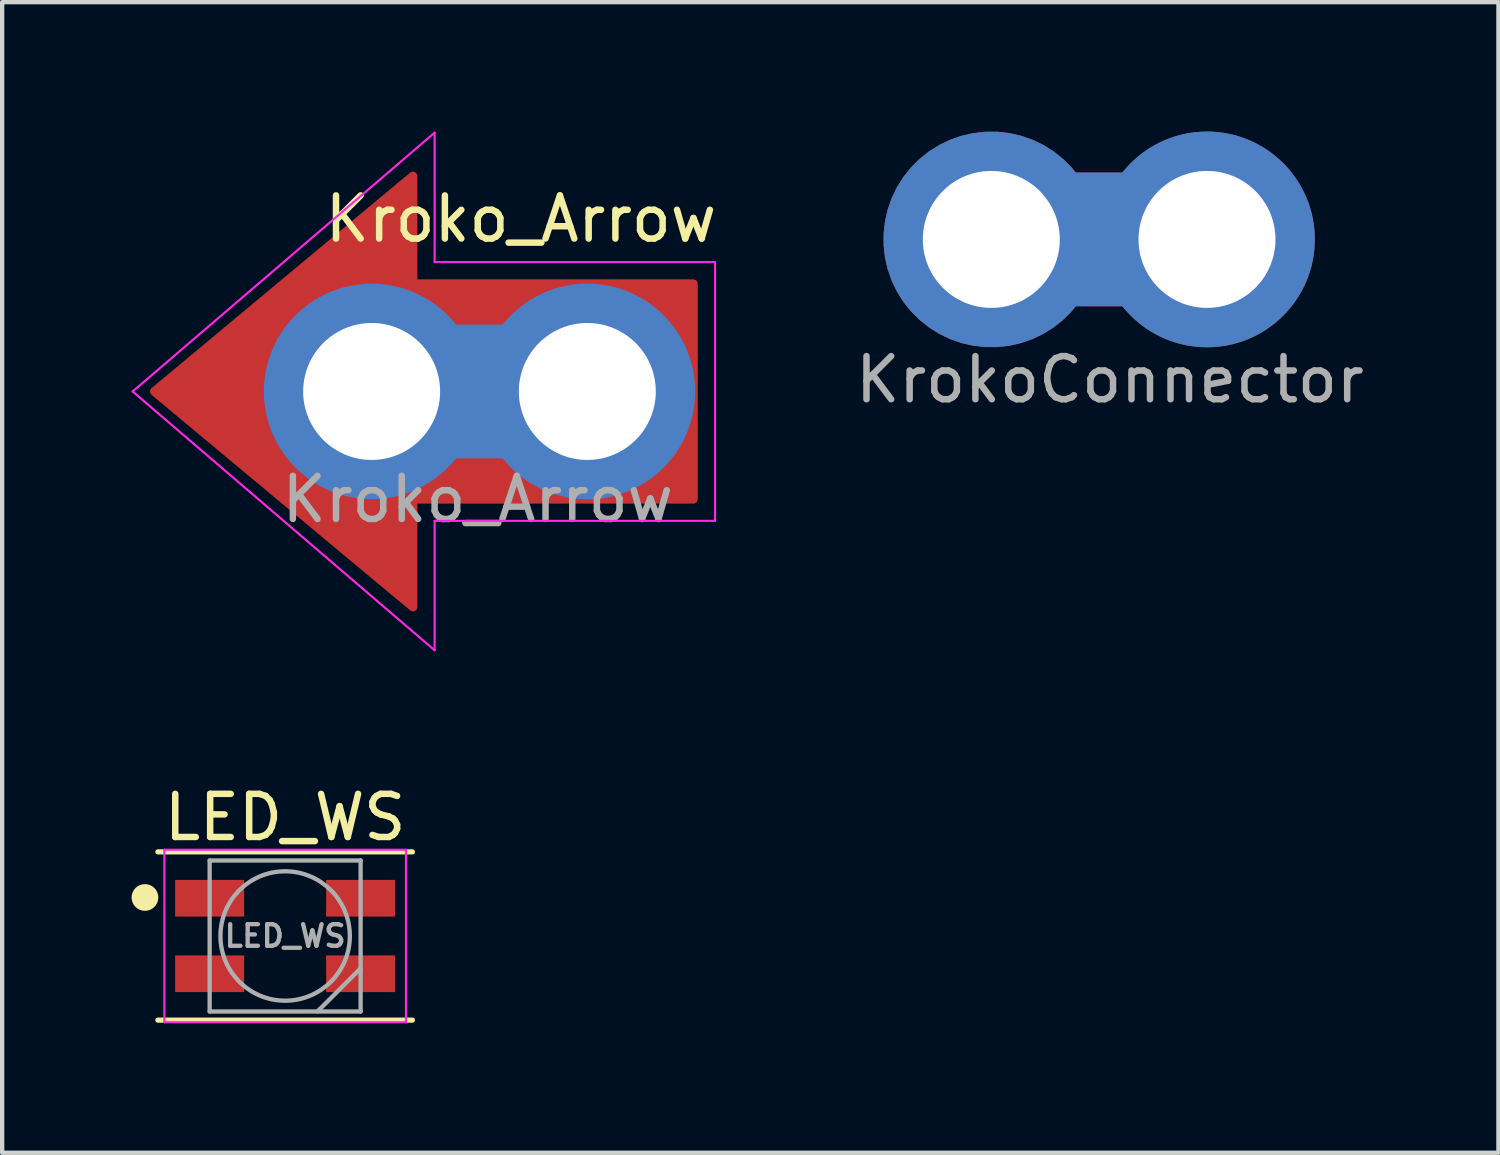
<source format=kicad_pcb>
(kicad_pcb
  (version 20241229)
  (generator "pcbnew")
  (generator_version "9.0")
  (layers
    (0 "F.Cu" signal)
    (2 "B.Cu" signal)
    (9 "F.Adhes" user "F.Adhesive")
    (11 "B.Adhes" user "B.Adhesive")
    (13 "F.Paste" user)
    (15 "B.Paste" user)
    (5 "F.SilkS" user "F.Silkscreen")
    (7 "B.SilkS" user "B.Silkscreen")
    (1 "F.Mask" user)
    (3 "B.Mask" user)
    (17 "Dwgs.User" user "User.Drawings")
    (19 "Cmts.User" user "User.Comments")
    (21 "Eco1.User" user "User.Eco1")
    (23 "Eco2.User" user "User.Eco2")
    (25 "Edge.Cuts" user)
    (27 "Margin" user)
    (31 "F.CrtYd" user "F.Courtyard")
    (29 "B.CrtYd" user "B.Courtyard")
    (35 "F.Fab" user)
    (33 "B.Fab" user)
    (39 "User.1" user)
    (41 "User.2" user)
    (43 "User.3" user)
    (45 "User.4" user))
  (footprint "KrokoConnector"
    (layer "F.Cu")
    (at 22.43 2.5)
    (property "Reference" "KrokoConnector" (at 0.25 3.25 0) (layer "F.Fab") (effects (font (size 1 1) (thickness 0.15))))
    (attr through_hole)
    (pad "1" thru_hole custom (at -2.5 0) (size 5 5) (drill 3.175) (layers "*.Cu" "*.Mask") (options (anchor circle)) (primitives (gr_poly (pts (xy 3.25 1.5) (xy 1.75 1.5) (xy 1.75 -1.5) (xy 3.25 -1.5)) (width 0.1) (fill yes))))
    (pad "1" thru_hole circle (at 2.5 0) (size 5 5) (drill 3.175) (layers "*.Cu" "*.Mask")))
  (footprint "Kroko_Arrow"
    (layer "F.Cu")
    (at 8.025 6.025)
    (property "Reference" "Kroko_Arrow" (at 1 -4 0) (unlocked yes) (layer "F.SilkS") (effects (font (size 1 1) (thickness 0.15))))
    (attr smd exclude_from_pos_files exclude_from_bom)
    (fp_poly (pts (xy -1.5 -2.5) (xy 5 -2.5) (xy 5 2.5) (xy -1.5 2.5) (xy -1.5 5) (xy -7.5 0) (xy -1.5 -5)) (stroke (width 0.2) (type solid)) (fill yes) (layer "F.Mask"))
    (fp_line (start -8 0) (end -1 -6) (stroke (width 0.05) (type default)) (layer "F.CrtYd"))
    (fp_line (start -1 -6) (end -1 -3) (stroke (width 0.05) (type default)) (layer "F.CrtYd"))
    (fp_line (start -1 -3) (end 5.5 -3) (stroke (width 0.05) (type default)) (layer "F.CrtYd"))
    (fp_line (start -1 3) (end -1 6) (stroke (width 0.05) (type default)) (layer "F.CrtYd"))
    (fp_line (start -1 6) (end -8 0) (stroke (width 0.05) (type default)) (layer "F.CrtYd"))
    (fp_line (start 5.5 -3) (end 5.5 3) (stroke (width 0.05) (type default)) (layer "F.CrtYd"))
    (fp_line (start 5.5 3) (end -1 3) (stroke (width 0.05) (type default)) (layer "F.CrtYd"))
    (fp_text user "${REFERENCE}" (at 0 2.5 0) (unlocked yes) (layer "F.Fab") (effects (font (size 1 1) (thickness 0.15))))
    (pad "1" smd custom (at -5.9 0) (size 1 1) (layers "F.Cu" "F.Mask") (options (anchor rect)) (primitives (gr_poly (pts (xy 4.4 -2.5) (xy 10.9 -2.5) (xy 10.9 2.5) (xy 4.4 2.5) (xy 4.4 5) (xy -1.6 0) (xy 4.4 -5)) (width 0.2) (fill yes))))
    (pad "1" thru_hole custom (at -2.46 0) (size 5 5) (drill 3.175) (layers "*.Cu" "*.Mask") (options (anchor circle)) (primitives (gr_poly (pts (xy 3.25 1.5) (xy 1.75 1.5) (xy 1.75 -1.5) (xy 3.25 -1.5)) (width 0.1) (fill yes))))
    (pad "1" thru_hole circle (at 2.54 0) (size 5 5) (drill 3.175) (layers "*.Cu" "*.Mask")))
  (footprint "LED_WS"
    (layer "F.Cu")
    (at 3.56 18.648)
    (property "Reference" "LED_WS" (at 0 -2.75 0) (layer "F.SilkS") (effects (font (size 1 1) (thickness 0.15))))
    (attr smd)
    (fp_line (start -2.95 -1.95) (end 2.95 -1.95) (stroke (width 0.12) (type solid)) (layer "F.SilkS"))
    (fp_line (start -2.95 1.95) (end 2.95 1.95) (stroke (width 0.12) (type solid)) (layer "F.SilkS"))
    (fp_circle (center -3.25 -0.893) (end -3 -0.893) (stroke (width 0.12) (type solid)) (fill yes) (layer "F.SilkS"))
    (fp_line (start -2.8 -2) (end -2.8 2) (stroke (width 0.05) (type solid)) (layer "F.CrtYd"))
    (fp_line (start -2.8 2) (end 2.8 2) (stroke (width 0.05) (type solid)) (layer "F.CrtYd"))
    (fp_line (start 2.8 -2) (end -2.8 -2) (stroke (width 0.05) (type solid)) (layer "F.CrtYd"))
    (fp_line (start 2.8 2) (end 2.8 -2) (stroke (width 0.05) (type solid)) (layer "F.CrtYd"))
    (fp_line (start -1.75 -1.75) (end -1.75 1.75) (stroke (width 0.1) (type solid)) (layer "F.Fab"))
    (fp_line (start -1.75 1.75) (end 1.75 1.75) (stroke (width 0.1) (type solid)) (layer "F.Fab"))
    (fp_line (start 1.75 -1.75) (end -1.75 -1.75) (stroke (width 0.1) (type solid)) (layer "F.Fab"))
    (fp_line (start 1.75 0.75) (end 0.75 1.75) (stroke (width 0.1) (type solid)) (layer "F.Fab"))
    (fp_line (start 1.75 1.75) (end 1.75 -1.75) (stroke (width 0.1) (type solid)) (layer "F.Fab"))
    (fp_circle (center 0 0) (end 0 -1.5) (stroke (width 0.1) (type solid)) (fill no) (layer "F.Fab"))
    (fp_text user "${REFERENCE}" (at 0 0 0) (layer "F.Fab") (effects (font (size 0.5 0.5) (thickness 0.1))))
    (pad "1" smd rect (at -1.75 -0.875) (size 1.6 0.85) (layers "F.Cu" "F.Mask" "F.Paste"))
    (pad "2" smd rect (at -1.75 0.875) (size 1.6 0.85) (layers "F.Cu" "F.Mask" "F.Paste"))
    (pad "3" smd rect (at 1.75 0.875) (size 1.6 0.85) (layers "F.Cu" "F.Mask" "F.Paste"))
    (pad "4" smd rect (at 1.75 -0.875) (size 1.6 0.85) (layers "F.Cu" "F.Mask" "F.Paste")))
  (gr_rect
    (start -3 -3)
    (end 31.686 23.673)
    (stroke (width 0.1) (type default))
    (fill no)
    (layer "Edge.Cuts")))
</source>
